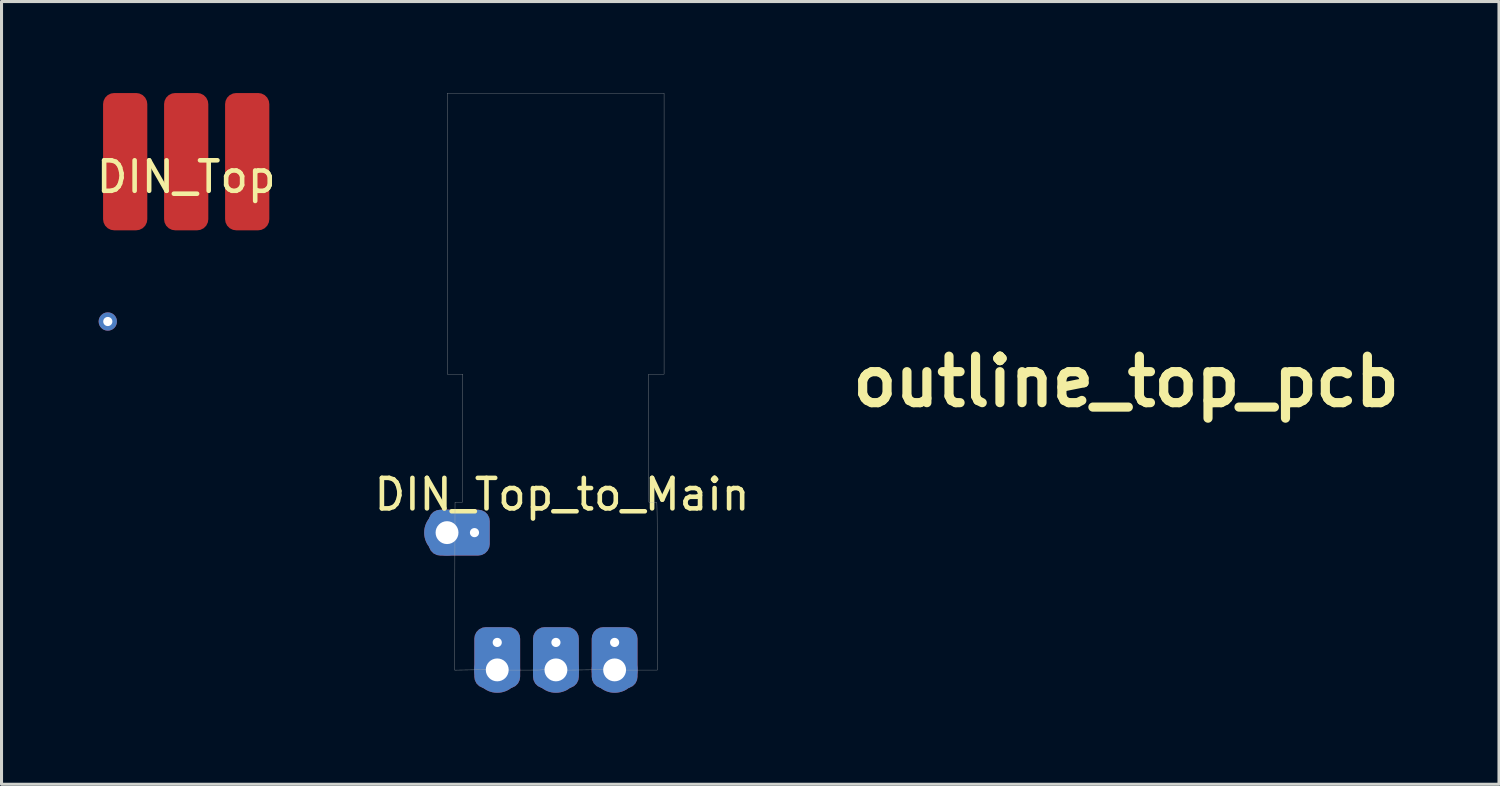
<source format=kicad_pcb>
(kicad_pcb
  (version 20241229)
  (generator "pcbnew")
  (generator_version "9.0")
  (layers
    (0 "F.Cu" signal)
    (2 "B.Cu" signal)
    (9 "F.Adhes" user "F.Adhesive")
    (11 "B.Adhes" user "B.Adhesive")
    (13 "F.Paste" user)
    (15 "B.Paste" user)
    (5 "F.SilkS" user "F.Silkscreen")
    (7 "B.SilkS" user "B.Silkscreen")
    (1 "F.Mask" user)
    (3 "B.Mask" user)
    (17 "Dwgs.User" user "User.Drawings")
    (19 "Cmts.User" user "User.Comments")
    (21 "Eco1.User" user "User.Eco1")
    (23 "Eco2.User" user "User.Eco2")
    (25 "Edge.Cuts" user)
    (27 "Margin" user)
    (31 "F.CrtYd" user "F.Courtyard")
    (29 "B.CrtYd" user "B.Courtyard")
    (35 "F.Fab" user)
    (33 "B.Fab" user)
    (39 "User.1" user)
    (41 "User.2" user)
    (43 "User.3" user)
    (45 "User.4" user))
  (footprint "outline_top_pcb"
    (layer "F.Cu")
    (at 33.867 9.461)
    (property "Reference" "outline_top_pcb" (at 0 0 0) (layer "F.SilkS") (effects (font (size 1.524 1.524) (thickness 0.3))))
    (attr through_hole)
    (fp_poly (pts (xy 3.565 -0.244) (xy 3.056 -0.244) (xy 3.061 1.854) (xy 3.067 3.952) (xy 3.189 3.955) (xy 3.259 3.958) (xy 3.311 3.96) (xy 3.327 3.961) (xy 3.329 3.983) (xy 3.331 4.047) (xy 3.333 4.15) (xy 3.335 4.288) (xy 3.337 4.461) (xy 3.338 4.665) (xy 3.34 4.896) (xy 3.341 5.154) (xy 3.342 5.434) (xy 3.343 5.735) (xy 3.343 6.053) (xy 3.344 6.386) (xy 3.344 6.71) (xy 3.344 9.456) (xy 2.31 9.456) (xy 2.284 9.37) (xy 2.243 9.288) (xy 2.174 9.209) (xy 2.093 9.146) (xy 2.015 9.113) (xy 1.904 9.109) (xy 1.796 9.144) (xy 1.701 9.211) (xy 1.63 9.305) (xy 1.606 9.359) (xy 1.576 9.445) (xy 0.978 9.451) (xy 0.38 9.457) (xy 0.365 9.387) (xy 0.33 9.308) (xy 0.267 9.229) (xy 0.189 9.161) (xy 0.109 9.121) (xy 0.032 9.106) (xy -0.047 9.116) (xy -0.073 9.122) (xy -0.168 9.159) (xy -0.238 9.214) (xy -0.292 9.295) (xy -0.339 9.411) (xy -0.34 9.417) (xy -0.347 9.429) (xy -0.362 9.438) (xy -0.39 9.444) (xy -0.437 9.449) (xy -0.506 9.453) (xy -0.604 9.455) (xy -0.735 9.455) (xy -0.904 9.456) (xy -0.951 9.456) (xy -1.548 9.456) (xy -1.572 9.37) (xy -1.612 9.287) (xy -1.68 9.208) (xy -1.762 9.145) (xy -1.838 9.113) (xy -1.95 9.109) (xy -2.058 9.144) (xy -2.152 9.211) (xy -2.224 9.305) (xy -2.247 9.359) (xy -2.277 9.445) (xy -2.788 9.451) (xy -3.3 9.457) (xy -3.294 6.705) (xy -3.288 3.953) (xy -3.045 3.953) (xy -3.039 1.855) (xy -3.034 -0.244) (xy -3.543 -0.244) (xy -3.543 -9.456) (xy 3.565 -9.456) (xy 3.565 -0.244)) (stroke (width 0.01) (type solid)) (fill no) (layer "Eco1.User")))
  (footprint "DIN_Top"
    (layer "F.Cu")
    (at 3.054 2.25)
    (property "Reference" "DIN_Top" (at 0 0.5 0) (layer "F.SilkS") (effects (font (size 1 1) (thickness 0.15))))
    (attr through_hole)
    (pad "4" thru_hole circle (at -2.57 5.24) (size 0.6 0.6) (drill 0.3) (layers "*.Cu" "*.Mask"))
    (pad "6" smd roundrect (at 2 0) (size 1.45 4.5) (layers "F.Cu" "F.Mask") (roundrect_rratio 0.25))
    (pad "7" smd roundrect (at 0 0) (size 1.45 4.5) (layers "F.Cu" "F.Mask") (roundrect_rratio 0.25))
    (pad "8" smd roundrect (at -2 0) (size 1.45 4.5) (layers "F.Cu" "F.Mask") (roundrect_rratio 0.25)))
  (footprint "DIN_Top_to_Main"
    (layer "F.Cu")
    (at 15.175 18.911)
    (property "Reference" "DIN_Top_to_Main" (at 0.2 -5.75 0) (layer "F.SilkS") (effects (font (size 1 1) (thickness 0.15))))
    (attr through_hole)
    (fp_poly (pts (xy 3.545 -9.694) (xy 3.036 -9.694) (xy 3.041 -7.596) (xy 3.047 -5.498) (xy 3.169 -5.495) (xy 3.239 -5.492) (xy 3.291 -5.49) (xy 3.307 -5.489) (xy 3.309 -5.467) (xy 3.311 -5.403) (xy 3.313 -5.3) (xy 3.315 -5.162) (xy 3.317 -4.989) (xy 3.318 -4.785) (xy 3.32 -4.554) (xy 3.321 -4.296) (xy 3.322 -4.016) (xy 3.323 -3.715) (xy 3.323 -3.397) (xy 3.324 -3.064) (xy 3.324 -2.74) (xy 3.324 0.006) (xy 2.29 0.006) (xy 2.264 -0.08) (xy 2.223 -0.162) (xy 2.154 -0.241) (xy 2.073 -0.304) (xy 1.995 -0.337) (xy 1.884 -0.341) (xy 1.776 -0.306) (xy 1.681 -0.239) (xy 1.61 -0.145) (xy 1.586 -0.091) (xy 1.556 -0.005) (xy 0.958 0.001) (xy 0.36 0.007) (xy 0.345 -0.063) (xy 0.31 -0.142) (xy 0.247 -0.221) (xy 0.169 -0.289) (xy 0.089 -0.329) (xy 0.012 -0.344) (xy -0.067 -0.334) (xy -0.093 -0.328) (xy -0.188 -0.291) (xy -0.258 -0.236) (xy -0.312 -0.155) (xy -0.359 -0.039) (xy -0.36 -0.033) (xy -0.367 -0.021) (xy -0.382 -0.012) (xy -0.41 -0.006) (xy -0.457 -0.001) (xy -0.526 0.003) (xy -0.624 0.005) (xy -0.755 0.005) (xy -0.924 0.006) (xy -0.971 0.006) (xy -1.568 0.006) (xy -1.592 -0.08) (xy -1.632 -0.163) (xy -1.7 -0.242) (xy -1.782 -0.305) (xy -1.858 -0.337) (xy -1.97 -0.341) (xy -2.078 -0.306) (xy -2.172 -0.239) (xy -2.244 -0.145) (xy -2.267 -0.091) (xy -2.297 -0.005) (xy -2.808 0.001) (xy -3.32 0.007) (xy -3.314 -2.745) (xy -3.308 -5.497) (xy -3.065 -5.497) (xy -3.059 -7.595) (xy -3.054 -9.694) (xy -3.563 -9.694) (xy -3.563 -18.906) (xy 3.545 -18.906) (xy 3.545 -9.694)) (stroke (width 0.01) (type solid)) (fill no) (layer "F.Fab"))
    (pad "4" thru_hole circle (at -3.57 -4.5 270) (size 1.5 1.5) (drill 0.75) (layers "*.Cu" "*.Mask"))
    (pad "4" thru_hole roundrect (at -2.67 -4.5 270) (size 1.5 2) (drill 0.3 (offset 0 0.5)) (layers "*.Cu" "*.Mask") (roundrect_rratio 0.25))
    (pad "6" thru_hole roundrect (at 1.924 -0.9) (size 1.5 2) (drill 0.3 (offset 0 0.5)) (layers "*.Cu" "*.Mask") (roundrect_rratio 0.25))
    (pad "6" thru_hole circle (at 1.924 0) (size 1.5 1.5) (drill 0.75) (layers "*.Cu" "*.Mask"))
    (pad "7" thru_hole roundrect (at 0 -0.9) (size 1.5 2) (drill 0.3 (offset 0 0.5)) (layers "*.Cu" "*.Mask") (roundrect_rratio 0.25))
    (pad "7" thru_hole circle (at 0 0) (size 1.5 1.5) (drill 0.75) (layers "*.Cu" "*.Mask"))
    (pad "8" thru_hole roundrect (at -1.924 -0.9) (size 1.5 2) (drill 0.3 (offset 0 0.5)) (layers "*.Cu" "*.Mask") (roundrect_rratio 0.25))
    (pad "8" thru_hole circle (at -1.924 0) (size 1.5 1.5) (drill 0.75) (layers "*.Cu" "*.Mask")))
  (gr_rect
    (start -3 -3)
    (end 46.091 22.661)
    (stroke (width 0.1) (type default))
    (fill no)
    (layer "Edge.Cuts")))
</source>
